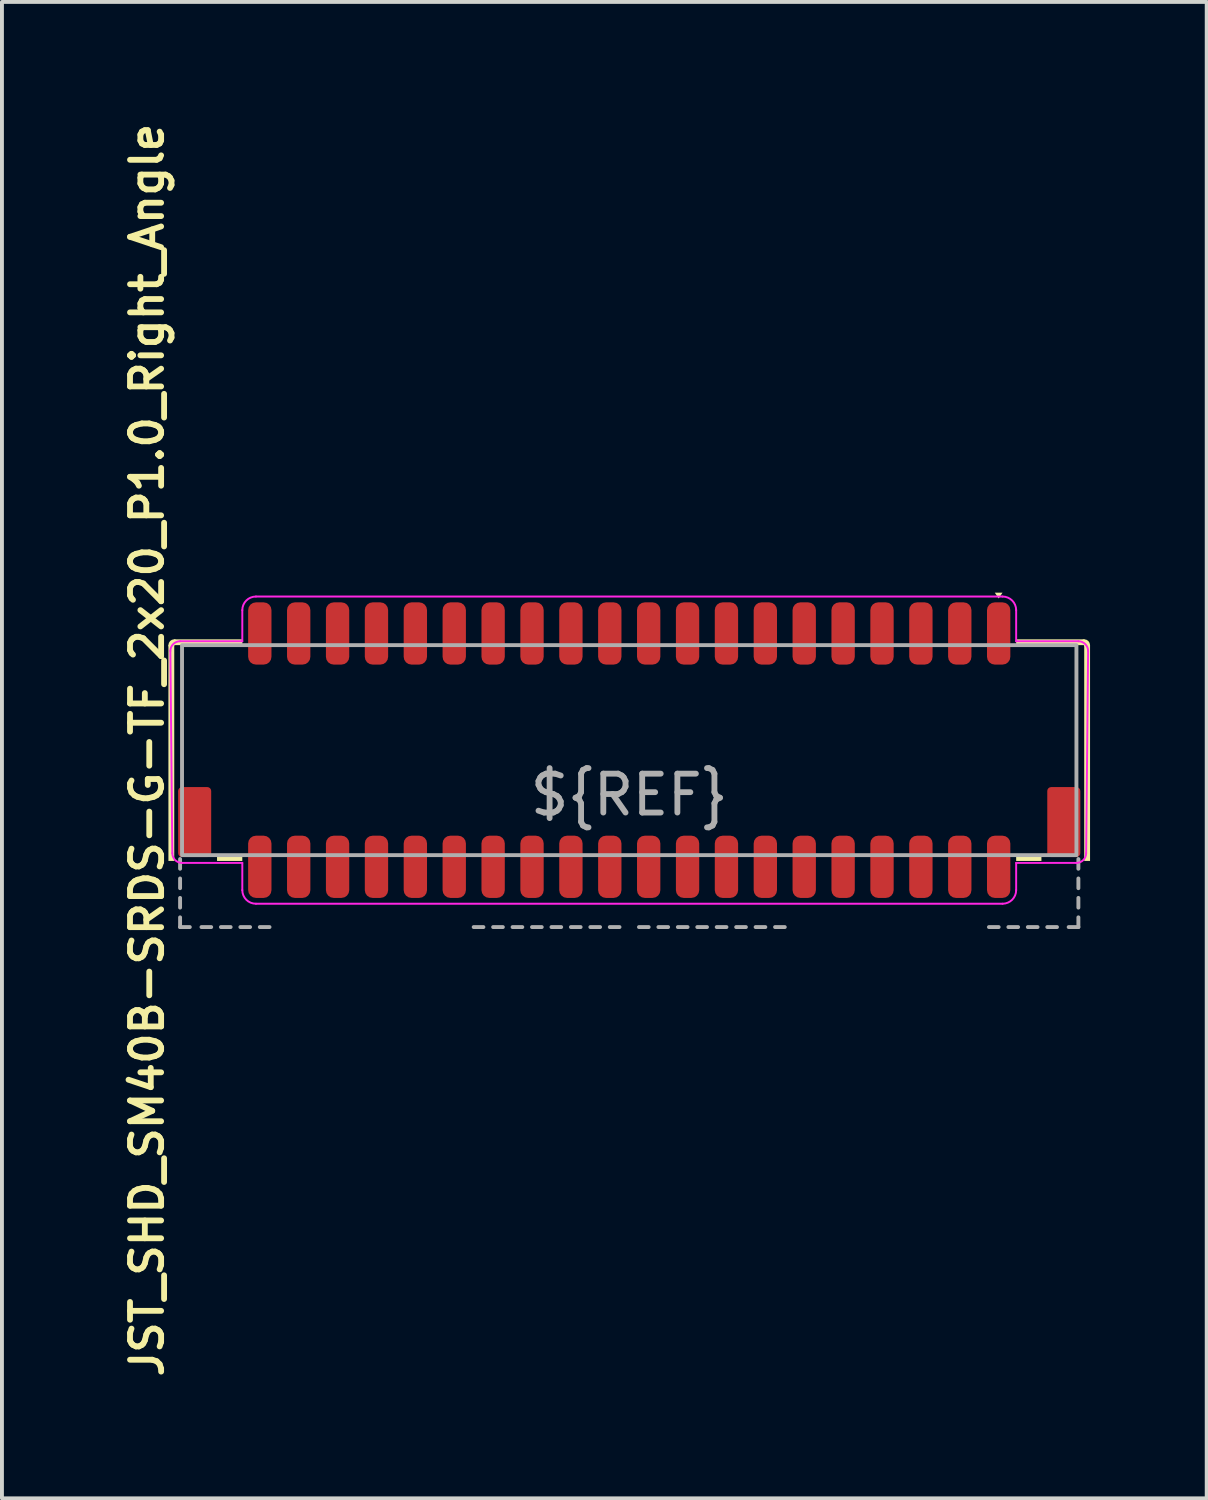
<source format=kicad_pcb>
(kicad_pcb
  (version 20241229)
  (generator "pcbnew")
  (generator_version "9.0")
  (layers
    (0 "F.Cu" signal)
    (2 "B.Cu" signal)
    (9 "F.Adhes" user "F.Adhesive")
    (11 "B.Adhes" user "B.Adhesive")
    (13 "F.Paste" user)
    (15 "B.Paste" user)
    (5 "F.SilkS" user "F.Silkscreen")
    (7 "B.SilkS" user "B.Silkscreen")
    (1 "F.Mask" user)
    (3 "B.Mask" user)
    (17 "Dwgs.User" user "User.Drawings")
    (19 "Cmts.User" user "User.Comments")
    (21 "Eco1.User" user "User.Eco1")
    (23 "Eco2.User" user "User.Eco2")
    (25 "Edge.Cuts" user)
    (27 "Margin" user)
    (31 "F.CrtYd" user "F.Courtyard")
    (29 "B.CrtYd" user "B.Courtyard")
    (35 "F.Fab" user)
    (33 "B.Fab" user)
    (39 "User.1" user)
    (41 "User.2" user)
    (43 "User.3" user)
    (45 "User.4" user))
  (footprint "JST_SHD_SM40B-SRDS-G-TF_2x20_P1.0_Right_Angle"
    (layer "F.Cu")
    (at 13.131 16.24)
    (property "Reference" "JST_SHD_SM40B-SRDS-G-TF_2x20_P1.0_Right_Angle" (at -12.4 0 90) (unlocked yes) (layer "F.SilkS") (effects (font (size 0.8 0.8) (thickness 0.15))))
    (attr through_hole)
    (fp_arc (start -11.775 -2.7) (mid -11.753033 -2.753033) (end -11.7 -2.775) (stroke (width 0.15) (type default)) (layer "F.SilkS"))
    (fp_arc (start 11.7 -2.775) (mid 11.753033 -2.753033) (end 11.775 -2.7) (stroke (width 0.15) (type default)) (layer "F.SilkS"))
    (fp_poly (pts (xy 9.5 -3.9) (xy 9.4 -4.05) (xy 9.6 -4.05)) (stroke (width 0) (type solid)) (fill yes) (layer "F.SilkS"))
    (fp_poly (pts (xy -9.95 2.85) (xy -10.6 2.85) (xy -10.6 2.7) (xy -9.95 2.7)) (stroke (width 0) (type solid)) (fill yes) (layer "F.SilkS"))
    (fp_poly (pts (xy 10.6 2.85) (xy 9.95 2.85) (xy 9.95 2.7) (xy 10.6 2.7)) (stroke (width 0) (type solid)) (fill yes) (layer "F.SilkS"))
    (fp_poly (pts (xy -11.85 2.85) (xy -11.7 2.85) (xy -11.7 -2.7) (xy -9.95 -2.7) (xy -9.95 -2.85) (xy -11.7 -2.85) (xy -11.85 -2.7)) (stroke (width 0) (type solid)) (fill yes) (layer "F.SilkS"))
    (fp_poly (pts (xy 11.85 2.85) (xy 11.7 2.85) (xy 11.7 -2.7) (xy 9.95 -2.7) (xy 9.95 -2.85) (xy 11.7 -2.85) (xy 11.85 -2.7)) (stroke (width 0) (type solid)) (fill yes) (layer "F.SilkS"))
    (fp_line (start -11.8 -2.55) (end -11.75 2.65) (stroke (width 0.05) (type default)) (layer "F.CrtYd"))
    (fp_line (start -11.55 -2.8) (end -9.95 -2.8) (stroke (width 0.05) (type default)) (layer "F.CrtYd"))
    (fp_line (start -11.5 2.9) (end -9.95 2.9) (stroke (width 0.05) (type default)) (layer "F.CrtYd"))
    (fp_line (start -9.95 -2.8) (end -9.95 -3.6) (stroke (width 0.05) (type default)) (layer "F.CrtYd"))
    (fp_line (start -9.95 2.9) (end -9.95 3.6) (stroke (width 0.05) (type default)) (layer "F.CrtYd"))
    (fp_line (start -9.6 -3.95) (end 9.6 -3.95) (stroke (width 0.05) (type default)) (layer "F.CrtYd"))
    (fp_line (start 9.6 3.95) (end -9.6 3.95) (stroke (width 0.05) (type default)) (layer "F.CrtYd"))
    (fp_line (start 9.95 -2.8) (end 9.95 -3.6) (stroke (width 0.05) (type default)) (layer "F.CrtYd"))
    (fp_line (start 9.95 2.9) (end 9.95 3.6) (stroke (width 0.05) (type default)) (layer "F.CrtYd"))
    (fp_line (start 11.5 2.9) (end 9.95 2.9) (stroke (width 0.05) (type default)) (layer "F.CrtYd"))
    (fp_line (start 11.55 -2.8) (end 9.95 -2.8) (stroke (width 0.05) (type default)) (layer "F.CrtYd"))
    (fp_line (start 11.8 -2.55) (end 11.75 2.65) (stroke (width 0.05) (type default)) (layer "F.CrtYd"))
    (fp_arc (start -11.8 -2.55) (mid -11.726777 -2.726777) (end -11.55 -2.8) (stroke (width 0.05) (type default)) (layer "F.CrtYd"))
    (fp_arc (start -11.5 2.9) (mid -11.676777 2.826777) (end -11.75 2.65) (stroke (width 0.05) (type default)) (layer "F.CrtYd"))
    (fp_arc (start -9.95 -3.6) (mid -9.847487 -3.847487) (end -9.6 -3.95) (stroke (width 0.05) (type default)) (layer "F.CrtYd"))
    (fp_arc (start -9.6 3.95) (mid -9.847487 3.847487) (end -9.95 3.6) (stroke (width 0.05) (type default)) (layer "F.CrtYd"))
    (fp_arc (start 9.6 -3.95) (mid 9.847487 -3.847487) (end 9.95 -3.6) (stroke (width 0.05) (type default)) (layer "F.CrtYd"))
    (fp_arc (start 9.95 3.6) (mid 9.847487 3.847487) (end 9.6 3.95) (stroke (width 0.05) (type default)) (layer "F.CrtYd"))
    (fp_arc (start 11.55 -2.8) (mid 11.726777 -2.726777) (end 11.8 -2.55) (stroke (width 0.05) (type default)) (layer "F.CrtYd"))
    (fp_arc (start 11.75 2.65) (mid 11.676777 2.826777) (end 11.5 2.9) (stroke (width 0.05) (type default)) (layer "F.CrtYd"))
    (fp_line (start -11.55 2.8) (end -11.55 3.05) (stroke (width 0.1) (type solid)) (layer "F.Fab"))
    (fp_line (start -11.55 3.3) (end -11.55 3.55) (stroke (width 0.1) (type solid)) (layer "F.Fab"))
    (fp_line (start -11.55 3.8) (end -11.55 4.05) (stroke (width 0.1) (type solid)) (layer "F.Fab"))
    (fp_line (start -11.55 4.3) (end -11.55 4.55) (stroke (width 0.1) (type solid)) (layer "F.Fab"))
    (fp_line (start -11.55 4.55) (end -11.3 4.55) (stroke (width 0.1) (type solid)) (layer "F.Fab"))
    (fp_line (start -11 4.55) (end -10.75 4.55) (stroke (width 0.1) (type solid)) (layer "F.Fab"))
    (fp_line (start -10.5 4.55) (end -10.25 4.55) (stroke (width 0.1) (type solid)) (layer "F.Fab"))
    (fp_line (start -10 4.55) (end -9.75 4.55) (stroke (width 0.1) (type solid)) (layer "F.Fab"))
    (fp_line (start -9.5 4.55) (end -9.25 4.55) (stroke (width 0.1) (type solid)) (layer "F.Fab"))
    (fp_line (start -4 4.55) (end -3.75 4.55) (stroke (width 0.1) (type solid)) (layer "F.Fab"))
    (fp_line (start -3.5 4.55) (end -3.25 4.55) (stroke (width 0.1) (type solid)) (layer "F.Fab"))
    (fp_line (start -3 4.55) (end -2.75 4.55) (stroke (width 0.1) (type solid)) (layer "F.Fab"))
    (fp_line (start -2.5 4.55) (end -2.25 4.55) (stroke (width 0.1) (type solid)) (layer "F.Fab"))
    (fp_line (start -2 4.55) (end -1.75 4.55) (stroke (width 0.1) (type solid)) (layer "F.Fab"))
    (fp_line (start -1.5 4.55) (end -1.25 4.55) (stroke (width 0.1) (type solid)) (layer "F.Fab"))
    (fp_line (start -1 4.55) (end -0.75 4.55) (stroke (width 0.1) (type solid)) (layer "F.Fab"))
    (fp_line (start -0.5 4.55) (end -0.25 4.55) (stroke (width 0.1) (type solid)) (layer "F.Fab"))
    (fp_line (start 0.25 4.55) (end 0.5 4.55) (stroke (width 0.1) (type solid)) (layer "F.Fab"))
    (fp_line (start 0.75 4.55) (end 1 4.55) (stroke (width 0.1) (type solid)) (layer "F.Fab"))
    (fp_line (start 1.25 4.55) (end 1.5 4.55) (stroke (width 0.1) (type solid)) (layer "F.Fab"))
    (fp_line (start 1.75 4.55) (end 2 4.55) (stroke (width 0.1) (type solid)) (layer "F.Fab"))
    (fp_line (start 2.25 4.55) (end 2.5 4.55) (stroke (width 0.1) (type solid)) (layer "F.Fab"))
    (fp_line (start 2.75 4.55) (end 3 4.55) (stroke (width 0.1) (type solid)) (layer "F.Fab"))
    (fp_line (start 3.25 4.55) (end 3.5 4.55) (stroke (width 0.1) (type solid)) (layer "F.Fab"))
    (fp_line (start 3.75 4.55) (end 4 4.55) (stroke (width 0.1) (type solid)) (layer "F.Fab"))
    (fp_line (start 9.25 4.55) (end 9.5 4.55) (stroke (width 0.1) (type solid)) (layer "F.Fab"))
    (fp_line (start 9.75 4.55) (end 10 4.55) (stroke (width 0.1) (type solid)) (layer "F.Fab"))
    (fp_line (start 10.25 4.55) (end 10.5 4.55) (stroke (width 0.1) (type solid)) (layer "F.Fab"))
    (fp_line (start 10.75 4.55) (end 11 4.55) (stroke (width 0.1) (type solid)) (layer "F.Fab"))
    (fp_line (start 11.55 2.8) (end 11.55 3.05) (stroke (width 0.1) (type solid)) (layer "F.Fab"))
    (fp_line (start 11.55 3.3) (end 11.55 3.55) (stroke (width 0.1) (type solid)) (layer "F.Fab"))
    (fp_line (start 11.55 3.8) (end 11.55 4.05) (stroke (width 0.1) (type solid)) (layer "F.Fab"))
    (fp_line (start 11.55 4.3) (end 11.55 4.55) (stroke (width 0.1) (type solid)) (layer "F.Fab"))
    (fp_line (start 11.55 4.55) (end 11.3 4.55) (stroke (width 0.1) (type solid)) (layer "F.Fab"))
    (fp_rect (start -11.5 2.7) (end 11.5 -2.7) (stroke (width 0.1) (type solid)) (fill no) (layer "F.Fab"))
    (fp_text user "${REF}" (at 0 1.15 0) (unlocked yes) (layer "F.Fab") (effects (font (size 1 1) (thickness 0.15))))
    (pad "1" smd roundrect (at 9.5 -3) (size 0.6 1.6) (layers "F.Cu" "F.Mask" "F.Paste") (roundrect_rratio 0.333))
    (pad "2" smd roundrect (at 9.5 3) (size 0.6 1.6) (layers "F.Cu" "F.Mask" "F.Paste") (roundrect_rratio 0.333))
    (pad "3" smd roundrect (at 8.5 -3) (size 0.6 1.6) (layers "F.Cu" "F.Mask" "F.Paste") (roundrect_rratio 0.333))
    (pad "4" smd roundrect (at 8.5 3) (size 0.6 1.6) (layers "F.Cu" "F.Mask" "F.Paste") (roundrect_rratio 0.333))
    (pad "5" smd roundrect (at 7.5 -3) (size 0.6 1.6) (layers "F.Cu" "F.Mask" "F.Paste") (roundrect_rratio 0.333))
    (pad "6" smd roundrect (at 7.5 3) (size 0.6 1.6) (layers "F.Cu" "F.Mask" "F.Paste") (roundrect_rratio 0.333))
    (pad "7" smd roundrect (at 6.5 -3) (size 0.6 1.6) (layers "F.Cu" "F.Mask" "F.Paste") (roundrect_rratio 0.333))
    (pad "8" smd roundrect (at 6.5 3) (size 0.6 1.6) (layers "F.Cu" "F.Mask" "F.Paste") (roundrect_rratio 0.333))
    (pad "9" smd roundrect (at 5.5 -3) (size 0.6 1.6) (layers "F.Cu" "F.Mask" "F.Paste") (roundrect_rratio 0.333))
    (pad "10" smd roundrect (at 5.5 3) (size 0.6 1.6) (layers "F.Cu" "F.Mask" "F.Paste") (roundrect_rratio 0.333))
    (pad "11" smd roundrect (at 4.5 -3) (size 0.6 1.6) (layers "F.Cu" "F.Mask" "F.Paste") (roundrect_rratio 0.333))
    (pad "12" smd roundrect (at 4.5 3) (size 0.6 1.6) (layers "F.Cu" "F.Mask" "F.Paste") (roundrect_rratio 0.333))
    (pad "13" smd roundrect (at 3.5 -3) (size 0.6 1.6) (layers "F.Cu" "F.Mask" "F.Paste") (roundrect_rratio 0.333))
    (pad "14" smd roundrect (at 3.5 3) (size 0.6 1.6) (layers "F.Cu" "F.Mask" "F.Paste") (roundrect_rratio 0.333))
    (pad "15" smd roundrect (at 2.5 -3) (size 0.6 1.6) (layers "F.Cu" "F.Mask" "F.Paste") (roundrect_rratio 0.333))
    (pad "16" smd roundrect (at 2.5 3) (size 0.6 1.6) (layers "F.Cu" "F.Mask" "F.Paste") (roundrect_rratio 0.333))
    (pad "17" smd roundrect (at 1.5 -3) (size 0.6 1.6) (layers "F.Cu" "F.Mask" "F.Paste") (roundrect_rratio 0.333))
    (pad "18" smd roundrect (at 1.5 3) (size 0.6 1.6) (layers "F.Cu" "F.Mask" "F.Paste") (roundrect_rratio 0.333))
    (pad "19" smd roundrect (at 0.5 -3) (size 0.6 1.6) (layers "F.Cu" "F.Mask" "F.Paste") (roundrect_rratio 0.333))
    (pad "20" smd roundrect (at 0.5 3) (size 0.6 1.6) (layers "F.Cu" "F.Mask" "F.Paste") (roundrect_rratio 0.333))
    (pad "21" smd roundrect (at -0.5 -3) (size 0.6 1.6) (layers "F.Cu" "F.Mask" "F.Paste") (roundrect_rratio 0.333))
    (pad "22" smd roundrect (at -0.5 3) (size 0.6 1.6) (layers "F.Cu" "F.Mask" "F.Paste") (roundrect_rratio 0.333))
    (pad "23" smd roundrect (at -1.5 -3) (size 0.6 1.6) (layers "F.Cu" "F.Mask" "F.Paste") (roundrect_rratio 0.333))
    (pad "24" smd roundrect (at -1.5 3) (size 0.6 1.6) (layers "F.Cu" "F.Mask" "F.Paste") (roundrect_rratio 0.333))
    (pad "25" smd roundrect (at -2.5 -3) (size 0.6 1.6) (layers "F.Cu" "F.Mask" "F.Paste") (roundrect_rratio 0.333))
    (pad "26" smd roundrect (at -2.5 3) (size 0.6 1.6) (layers "F.Cu" "F.Mask" "F.Paste") (roundrect_rratio 0.333))
    (pad "27" smd roundrect (at -3.5 -3) (size 0.6 1.6) (layers "F.Cu" "F.Mask" "F.Paste") (roundrect_rratio 0.333))
    (pad "28" smd roundrect (at -3.5 3) (size 0.6 1.6) (layers "F.Cu" "F.Mask" "F.Paste") (roundrect_rratio 0.333))
    (pad "29" smd roundrect (at -4.5 -3) (size 0.6 1.6) (layers "F.Cu" "F.Mask" "F.Paste") (roundrect_rratio 0.333))
    (pad "30" smd roundrect (at -4.5 3) (size 0.6 1.6) (layers "F.Cu" "F.Mask" "F.Paste") (roundrect_rratio 0.333))
    (pad "31" smd roundrect (at -5.5 -3) (size 0.6 1.6) (layers "F.Cu" "F.Mask" "F.Paste") (roundrect_rratio 0.333))
    (pad "32" smd roundrect (at -5.5 3) (size 0.6 1.6) (layers "F.Cu" "F.Mask" "F.Paste") (roundrect_rratio 0.333))
    (pad "33" smd roundrect (at -6.5 -3) (size 0.6 1.6) (layers "F.Cu" "F.Mask" "F.Paste") (roundrect_rratio 0.333))
    (pad "34" smd roundrect (at -6.5 3) (size 0.6 1.6) (layers "F.Cu" "F.Mask" "F.Paste") (roundrect_rratio 0.333))
    (pad "35" smd roundrect (at -7.5 -3) (size 0.6 1.6) (layers "F.Cu" "F.Mask" "F.Paste") (roundrect_rratio 0.333))
    (pad "36" smd roundrect (at -7.5 3) (size 0.6 1.6) (layers "F.Cu" "F.Mask" "F.Paste") (roundrect_rratio 0.333))
    (pad "37" smd roundrect (at -8.5 -3) (size 0.6 1.6) (layers "F.Cu" "F.Mask" "F.Paste") (roundrect_rratio 0.333))
    (pad "38" smd roundrect (at -8.5 3) (size 0.6 1.6) (layers "F.Cu" "F.Mask" "F.Paste") (roundrect_rratio 0.333))
    (pad "39" smd roundrect (at -9.5 -3) (size 0.6 1.6) (layers "F.Cu" "F.Mask" "F.Paste") (roundrect_rratio 0.333))
    (pad "40" smd roundrect (at -9.5 3) (size 0.6 1.6) (layers "F.Cu" "F.Mask" "F.Paste") (roundrect_rratio 0.333))
    (pad "MP" smd roundrect (at -11.175 1.85) (size 0.85 1.8) (layers "F.Cu" "F.Mask" "F.Paste") (roundrect_rratio 0.118))
    (pad "MP" smd roundrect (at 11.175 1.85) (size 0.85 1.8) (layers "F.Cu" "F.Mask" "F.Paste") (roundrect_rratio 0.118)))
  (gr_rect
    (start -3 -3)
    (end 27.981 35.48)
    (stroke (width 0.1) (type default))
    (fill no)
    (layer "Edge.Cuts")))
</source>
